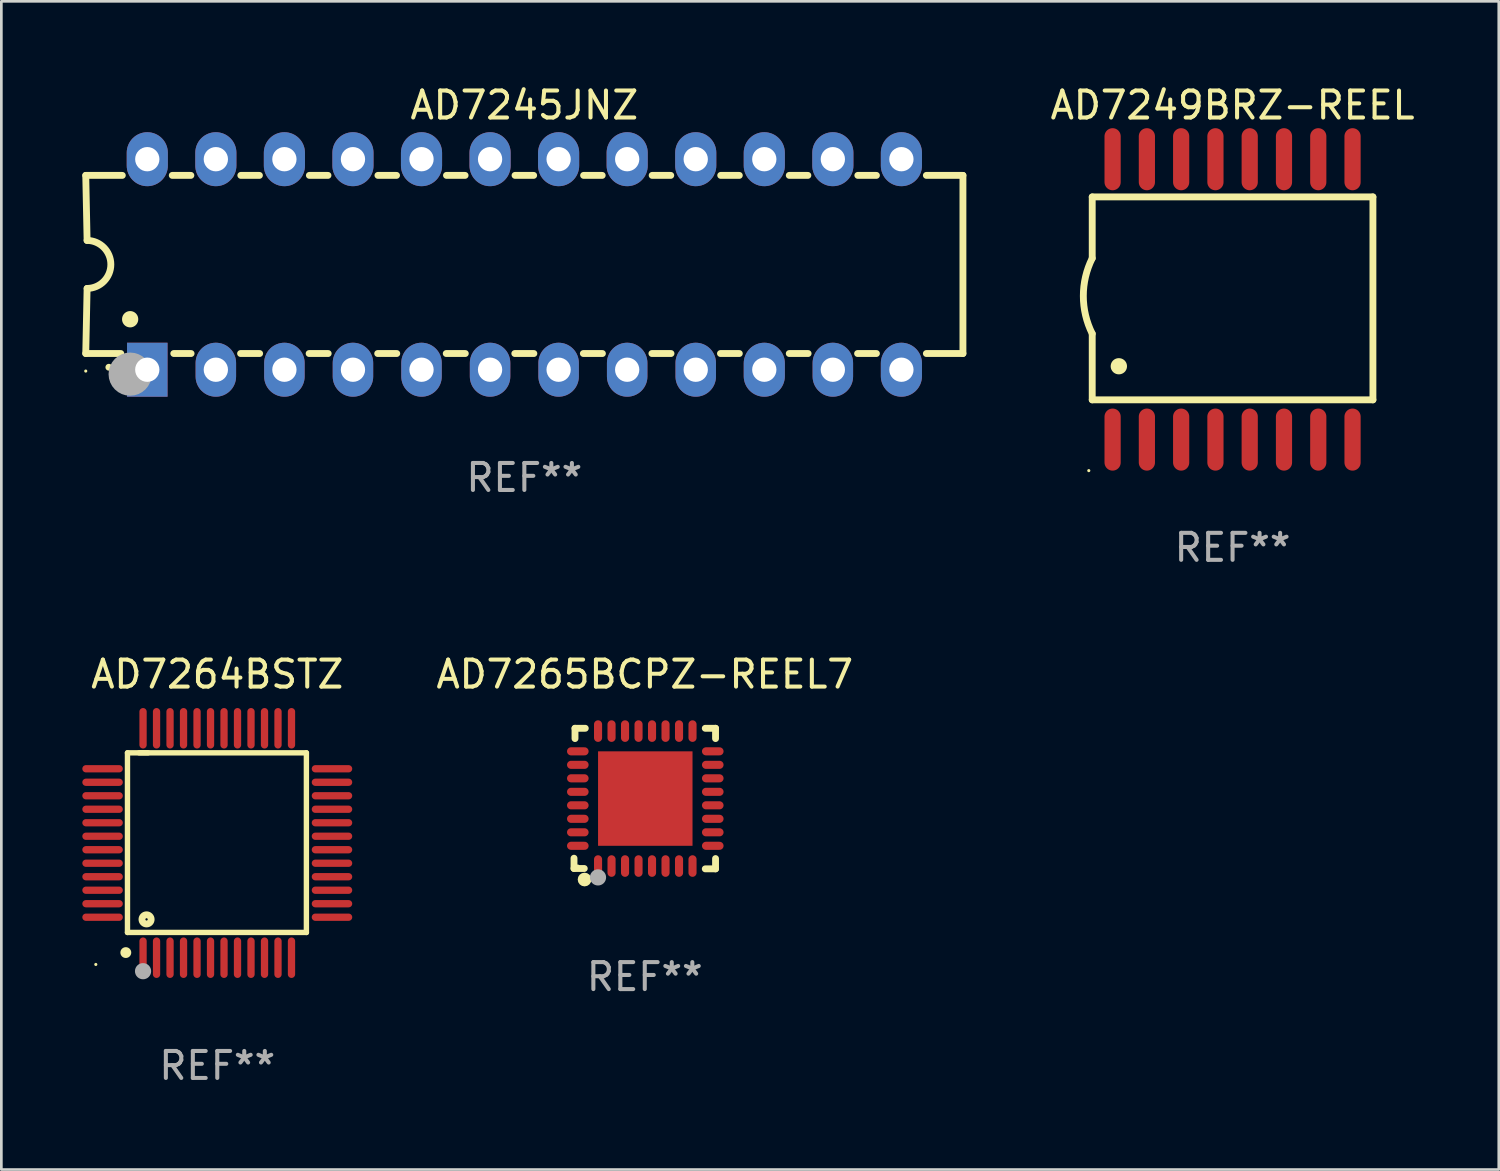
<source format=kicad_pcb>
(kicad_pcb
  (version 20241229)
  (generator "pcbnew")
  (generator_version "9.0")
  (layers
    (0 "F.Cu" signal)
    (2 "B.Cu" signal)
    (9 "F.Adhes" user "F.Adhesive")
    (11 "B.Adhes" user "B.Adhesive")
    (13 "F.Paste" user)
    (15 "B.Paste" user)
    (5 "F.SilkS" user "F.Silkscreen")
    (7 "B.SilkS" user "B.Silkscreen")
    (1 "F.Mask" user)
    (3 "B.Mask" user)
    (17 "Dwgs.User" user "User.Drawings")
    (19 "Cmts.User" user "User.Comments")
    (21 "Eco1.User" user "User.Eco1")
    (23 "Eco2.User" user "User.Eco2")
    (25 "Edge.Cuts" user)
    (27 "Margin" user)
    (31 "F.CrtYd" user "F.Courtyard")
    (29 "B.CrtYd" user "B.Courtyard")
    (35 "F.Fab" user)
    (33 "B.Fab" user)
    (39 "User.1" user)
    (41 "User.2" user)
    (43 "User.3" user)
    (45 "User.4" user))
  (footprint "AD7264BSTZ"
    (layer "F.Cu")
    (at 5 28.183)
    (property "Reference" "AD7264BSTZ" (at 0 -6.25 0) (layer "F.SilkS") (effects (font (size 1 1) (thickness 0.15))))
    (attr through_hole)
    (fp_line (start -3.327 -3.34) (end -2.565 -3.34) (stroke (width 0.2) (type solid)) (layer "F.SilkS"))
    (fp_line (start -3.327 3.315) (end -3.327 -3.34) (stroke (width 0.2) (type solid)) (layer "F.SilkS"))
    (fp_line (start -2.896 -3.34) (end 3.302 -3.34) (stroke (width 0.2) (type solid)) (layer "F.SilkS"))
    (fp_line (start 3.302 -3.34) (end 3.302 3.315) (stroke (width 0.2) (type solid)) (layer "F.SilkS"))
    (fp_line (start 3.302 3.315) (end -3.327 3.315) (stroke (width 0.2) (type solid)) (layer "F.SilkS"))
    (fp_arc (start -3.389992 4.059995) (mid -3.388722 4.059991) (end -3.387452 4.059995) (stroke (width 0.4) (type solid)) (layer "F.SilkS"))
    (fp_circle (center -4.5 4.5) (end -4.47 4.5) (stroke (width 0.06) (type solid)) (fill no) (layer "F.SilkS"))
    (fp_circle (center -2.62 2.83) (end -2.45 2.83) (stroke (width 0.254) (type solid)) (fill no) (layer "F.SilkS"))
    (fp_circle (center -2.75 4.75) (end -2.6 4.75) (stroke (width 0.3) (type solid)) (fill no) (layer "F.Fab"))
    (fp_text user "REF**" (at 0 8.25 0) (layer "F.Fab") (effects (font (size 1 1) (thickness 0.15))))
    (pad "1" smd oval (at -2.75 4.25) (size 0.27 1.5) (layers "F.Cu" "F.Mask" "F.Paste"))
    (pad "2" smd oval (at -2.25 4.25) (size 0.27 1.5) (layers "F.Cu" "F.Mask" "F.Paste"))
    (pad "3" smd oval (at -1.75 4.25) (size 0.27 1.5) (layers "F.Cu" "F.Mask" "F.Paste"))
    (pad "4" smd oval (at -1.25 4.25) (size 0.27 1.5) (layers "F.Cu" "F.Mask" "F.Paste"))
    (pad "5" smd oval (at -0.75 4.25) (size 0.27 1.5) (layers "F.Cu" "F.Mask" "F.Paste"))
    (pad "6" smd oval (at -0.25 4.25) (size 0.27 1.5) (layers "F.Cu" "F.Mask" "F.Paste"))
    (pad "7" smd oval (at 0.25 4.25) (size 0.27 1.5) (layers "F.Cu" "F.Mask" "F.Paste"))
    (pad "8" smd oval (at 0.75 4.25) (size 0.27 1.5) (layers "F.Cu" "F.Mask" "F.Paste"))
    (pad "9" smd oval (at 1.25 4.25) (size 0.27 1.5) (layers "F.Cu" "F.Mask" "F.Paste"))
    (pad "10" smd oval (at 1.75 4.25) (size 0.27 1.5) (layers "F.Cu" "F.Mask" "F.Paste"))
    (pad "11" smd oval (at 2.25 4.25) (size 0.27 1.5) (layers "F.Cu" "F.Mask" "F.Paste"))
    (pad "12" smd oval (at 2.75 4.25) (size 0.27 1.5) (layers "F.Cu" "F.Mask" "F.Paste"))
    (pad "13" smd oval (at 4.25 2.75) (size 1.5 0.27) (layers "F.Cu" "F.Mask" "F.Paste"))
    (pad "14" smd oval (at 4.25 2.25) (size 1.5 0.27) (layers "F.Cu" "F.Mask" "F.Paste"))
    (pad "15" smd oval (at 4.25 1.75) (size 1.5 0.27) (layers "F.Cu" "F.Mask" "F.Paste"))
    (pad "16" smd oval (at 4.25 1.25) (size 1.5 0.27) (layers "F.Cu" "F.Mask" "F.Paste"))
    (pad "17" smd oval (at 4.25 0.75) (size 1.5 0.27) (layers "F.Cu" "F.Mask" "F.Paste"))
    (pad "18" smd oval (at 4.25 0.25) (size 1.5 0.27) (layers "F.Cu" "F.Mask" "F.Paste"))
    (pad "19" smd oval (at 4.25 -0.25) (size 1.5 0.27) (layers "F.Cu" "F.Mask" "F.Paste"))
    (pad "20" smd oval (at 4.25 -0.75) (size 1.5 0.27) (layers "F.Cu" "F.Mask" "F.Paste"))
    (pad "21" smd oval (at 4.25 -1.25) (size 1.5 0.27) (layers "F.Cu" "F.Mask" "F.Paste"))
    (pad "22" smd oval (at 4.25 -1.75) (size 1.5 0.27) (layers "F.Cu" "F.Mask" "F.Paste"))
    (pad "23" smd oval (at 4.25 -2.25) (size 1.5 0.27) (layers "F.Cu" "F.Mask" "F.Paste"))
    (pad "24" smd oval (at 4.25 -2.75) (size 1.5 0.27) (layers "F.Cu" "F.Mask" "F.Paste"))
    (pad "25" smd oval (at 2.75 -4.25) (size 0.27 1.5) (layers "F.Cu" "F.Mask" "F.Paste"))
    (pad "26" smd oval (at 2.25 -4.25) (size 0.27 1.5) (layers "F.Cu" "F.Mask" "F.Paste"))
    (pad "27" smd oval (at 1.75 -4.25) (size 0.27 1.5) (layers "F.Cu" "F.Mask" "F.Paste"))
    (pad "28" smd oval (at 1.25 -4.25) (size 0.27 1.5) (layers "F.Cu" "F.Mask" "F.Paste"))
    (pad "29" smd oval (at 0.75 -4.25) (size 0.27 1.5) (layers "F.Cu" "F.Mask" "F.Paste"))
    (pad "30" smd oval (at 0.25 -4.25) (size 0.27 1.5) (layers "F.Cu" "F.Mask" "F.Paste"))
    (pad "31" smd oval (at -0.25 -4.25) (size 0.27 1.5) (layers "F.Cu" "F.Mask" "F.Paste"))
    (pad "32" smd oval (at -0.75 -4.25) (size 0.27 1.5) (layers "F.Cu" "F.Mask" "F.Paste"))
    (pad "33" smd oval (at -1.25 -4.25) (size 0.27 1.5) (layers "F.Cu" "F.Mask" "F.Paste"))
    (pad "34" smd oval (at -1.75 -4.25) (size 0.27 1.5) (layers "F.Cu" "F.Mask" "F.Paste"))
    (pad "35" smd oval (at -2.25 -4.25) (size 0.27 1.5) (layers "F.Cu" "F.Mask" "F.Paste"))
    (pad "36" smd oval (at -2.75 -4.25) (size 0.27 1.5) (layers "F.Cu" "F.Mask" "F.Paste"))
    (pad "37" smd oval (at -4.25 -2.75) (size 1.5 0.27) (layers "F.Cu" "F.Mask" "F.Paste"))
    (pad "38" smd oval (at -4.25 -2.25) (size 1.5 0.27) (layers "F.Cu" "F.Mask" "F.Paste"))
    (pad "39" smd oval (at -4.25 -1.75) (size 1.5 0.27) (layers "F.Cu" "F.Mask" "F.Paste"))
    (pad "40" smd oval (at -4.25 -1.25) (size 1.5 0.27) (layers "F.Cu" "F.Mask" "F.Paste"))
    (pad "41" smd oval (at -4.25 -0.75) (size 1.5 0.27) (layers "F.Cu" "F.Mask" "F.Paste"))
    (pad "42" smd oval (at -4.25 -0.25) (size 1.5 0.27) (layers "F.Cu" "F.Mask" "F.Paste"))
    (pad "43" smd oval (at -4.25 0.25) (size 1.5 0.27) (layers "F.Cu" "F.Mask" "F.Paste"))
    (pad "44" smd oval (at -4.25 0.75) (size 1.5 0.27) (layers "F.Cu" "F.Mask" "F.Paste"))
    (pad "45" smd oval (at -4.25 1.25) (size 1.5 0.27) (layers "F.Cu" "F.Mask" "F.Paste"))
    (pad "46" smd oval (at -4.25 1.75) (size 1.5 0.27) (layers "F.Cu" "F.Mask" "F.Paste"))
    (pad "47" smd oval (at -4.25 2.25) (size 1.5 0.27) (layers "F.Cu" "F.Mask" "F.Paste"))
    (pad "48" smd oval (at -4.25 2.75) (size 1.5 0.27) (layers "F.Cu" "F.Mask" "F.Paste")))
  (footprint "AD7249BRZ-REEL"
    (layer "F.Cu")
    (at 42.617 8.043)
    (property "Reference" "AD7249BRZ-REEL" (at 0 -7.194 0) (layer "F.SilkS") (effects (font (size 1 1) (thickness 0.15))))
    (attr through_hole)
    (fp_line (start -5.2 -3.797) (end -5.2 -1.524) (stroke (width 0.254) (type solid)) (layer "F.SilkS"))
    (fp_line (start -5.2 3.721) (end -5.2 1.27) (stroke (width 0.254) (type solid)) (layer "F.SilkS"))
    (fp_line (start -5.2 3.721) (end 5.2 3.721) (stroke (width 0.254) (type solid)) (layer "F.SilkS"))
    (fp_line (start 5.2 -3.797) (end -5.2 -3.797) (stroke (width 0.254) (type solid)) (layer "F.SilkS"))
    (fp_line (start 5.2 3.721) (end 5.2 -3.797) (stroke (width 0.254) (type solid)) (layer "F.SilkS"))
    (fp_arc (start -5.19939 1.270003) (mid -5.529386 -0.126928) (end -5.2 -1.524003) (stroke (width 0.254001) (type solid)) (layer "F.SilkS"))
    (fp_arc (start -4.216408 2.476505) (mid -4.213868 2.476494) (end -4.211328 2.476505) (stroke (width 0.6) (type solid)) (layer "F.SilkS"))
    (fp_circle (center -5.327 6.344) (end -5.297 6.344) (stroke (width 0.06) (type solid)) (fill no) (layer "F.SilkS"))
    (fp_text user "REF**" (at 0 9.194 0) (layer "F.Fab") (effects (font (size 1 1) (thickness 0.15))))
    (pad "1" smd oval (at -4.445 5.194 180) (size 0.6 2.3) (layers "F.Cu" "F.Mask" "F.Paste"))
    (pad "2" smd oval (at -3.175 5.194 180) (size 0.6 2.3) (layers "F.Cu" "F.Mask" "F.Paste"))
    (pad "3" smd oval (at -1.905 5.194 180) (size 0.6 2.3) (layers "F.Cu" "F.Mask" "F.Paste"))
    (pad "4" smd oval (at -0.635 5.194 180) (size 0.6 2.3) (layers "F.Cu" "F.Mask" "F.Paste"))
    (pad "5" smd oval (at 0.635 5.194 180) (size 0.6 2.3) (layers "F.Cu" "F.Mask" "F.Paste"))
    (pad "6" smd oval (at 1.905 5.194 180) (size 0.6 2.3) (layers "F.Cu" "F.Mask" "F.Paste"))
    (pad "7" smd oval (at 3.175 5.194 180) (size 0.6 2.3) (layers "F.Cu" "F.Mask" "F.Paste"))
    (pad "8" smd oval (at 4.445 5.194 180) (size 0.6 2.3) (layers "F.Cu" "F.Mask" "F.Paste"))
    (pad "9" smd oval (at 4.445 -5.194 180) (size 0.6 2.3) (layers "F.Cu" "F.Mask" "F.Paste"))
    (pad "10" smd oval (at 3.175 -5.194 180) (size 0.6 2.3) (layers "F.Cu" "F.Mask" "F.Paste"))
    (pad "11" smd oval (at 1.905 -5.194 180) (size 0.6 2.3) (layers "F.Cu" "F.Mask" "F.Paste"))
    (pad "12" smd oval (at 0.635 -5.194 180) (size 0.6 2.3) (layers "F.Cu" "F.Mask" "F.Paste"))
    (pad "13" smd oval (at -0.635 -5.194 180) (size 0.6 2.3) (layers "F.Cu" "F.Mask" "F.Paste"))
    (pad "14" smd oval (at -1.905 -5.194 180) (size 0.6 2.3) (layers "F.Cu" "F.Mask" "F.Paste"))
    (pad "15" smd oval (at -3.175 -5.194 180) (size 0.6 2.3) (layers "F.Cu" "F.Mask" "F.Paste"))
    (pad "16" smd oval (at -4.445 -5.194 180) (size 0.6 2.3) (layers "F.Cu" "F.Mask" "F.Paste")))
  (footprint "AD7265BCPZ-REEL7"
    (layer "F.Cu")
    (at 20.839 26.537)
    (property "Reference" "AD7265BCPZ-REEL7" (at 0 -4.604 0) (layer "F.SilkS") (effects (font (size 1 1) (thickness 0.15))))
    (attr through_hole)
    (fp_line (start -2.622 2.21) (end -2.622 2.591) (stroke (width 0.254) (type solid)) (layer "F.SilkS"))
    (fp_line (start -2.622 2.591) (end -2.241 2.591) (stroke (width 0.254) (type solid)) (layer "F.SilkS"))
    (fp_line (start -2.585 -2.604) (end -2.585 -2.223) (stroke (width 0.254) (type solid)) (layer "F.SilkS"))
    (fp_line (start -2.204 -2.604) (end -2.585 -2.604) (stroke (width 0.254) (type solid)) (layer "F.SilkS"))
    (fp_line (start 2.241 2.604) (end 2.622 2.604) (stroke (width 0.254) (type solid)) (layer "F.SilkS"))
    (fp_line (start 2.622 -2.604) (end 2.241 -2.604) (stroke (width 0.254) (type solid)) (layer "F.SilkS"))
    (fp_line (start 2.622 -2.223) (end 2.622 -2.604) (stroke (width 0.254) (type solid)) (layer "F.SilkS"))
    (fp_line (start 2.622 2.604) (end 2.622 2.223) (stroke (width 0.254) (type solid)) (layer "F.SilkS"))
    (fp_circle (center -2.481 2.5) (end -2.451 2.5) (stroke (width 0.06) (type solid)) (fill no) (layer "F.SilkS"))
    (fp_circle (center -2.231 3) (end -2.104 3) (stroke (width 0.254) (type solid)) (fill no) (layer "F.SilkS"))
    (fp_circle (center -1.733 2.921) (end -1.583 2.921) (stroke (width 0.3) (type solid)) (fill no) (layer "F.Fab"))
    (fp_text user "REF**" (at 0 6.604 0) (layer "F.Fab") (effects (font (size 1 1) (thickness 0.15))))
    (pad "1" smd oval (at -1.731 2.5 90) (size 0.8 0.3) (layers "F.Cu" "F.Mask" "F.Paste"))
    (pad "2" smd oval (at -1.231 2.5 90) (size 0.8 0.3) (layers "F.Cu" "F.Mask" "F.Paste"))
    (pad "3" smd oval (at -0.731 2.5 90) (size 0.8 0.3) (layers "F.Cu" "F.Mask" "F.Paste"))
    (pad "4" smd oval (at -0.231 2.5 90) (size 0.8 0.3) (layers "F.Cu" "F.Mask" "F.Paste"))
    (pad "5" smd oval (at 0.269 2.5 90) (size 0.8 0.3) (layers "F.Cu" "F.Mask" "F.Paste"))
    (pad "6" smd oval (at 0.769 2.5 90) (size 0.8 0.3) (layers "F.Cu" "F.Mask" "F.Paste"))
    (pad "7" smd oval (at 1.269 2.5 90) (size 0.8 0.3) (layers "F.Cu" "F.Mask" "F.Paste"))
    (pad "8" smd oval (at 1.769 2.5 90) (size 0.8 0.3) (layers "F.Cu" "F.Mask" "F.Paste"))
    (pad "9" smd oval (at 2.519 1.75 180) (size 0.8 0.3) (layers "F.Cu" "F.Mask" "F.Paste"))
    (pad "10" smd oval (at 2.519 1.25 180) (size 0.8 0.3) (layers "F.Cu" "F.Mask" "F.Paste"))
    (pad "11" smd oval (at 2.519 0.75 180) (size 0.8 0.3) (layers "F.Cu" "F.Mask" "F.Paste"))
    (pad "12" smd oval (at 2.519 0.25 180) (size 0.8 0.3) (layers "F.Cu" "F.Mask" "F.Paste"))
    (pad "13" smd oval (at 2.519 -0.25 180) (size 0.8 0.3) (layers "F.Cu" "F.Mask" "F.Paste"))
    (pad "14" smd oval (at 2.519 -0.75 180) (size 0.8 0.3) (layers "F.Cu" "F.Mask" "F.Paste"))
    (pad "15" smd oval (at 2.519 -1.25 180) (size 0.8 0.3) (layers "F.Cu" "F.Mask" "F.Paste"))
    (pad "16" smd oval (at 2.519 -1.75 180) (size 0.8 0.3) (layers "F.Cu" "F.Mask" "F.Paste"))
    (pad "17" smd oval (at 1.769 -2.5 270) (size 0.8 0.3) (layers "F.Cu" "F.Mask" "F.Paste"))
    (pad "18" smd oval (at 1.269 -2.5 270) (size 0.8 0.3) (layers "F.Cu" "F.Mask" "F.Paste"))
    (pad "19" smd oval (at 0.769 -2.5 270) (size 0.8 0.3) (layers "F.Cu" "F.Mask" "F.Paste"))
    (pad "20" smd oval (at 0.269 -2.5 270) (size 0.8 0.3) (layers "F.Cu" "F.Mask" "F.Paste"))
    (pad "21" smd oval (at -0.231 -2.5 270) (size 0.8 0.3) (layers "F.Cu" "F.Mask" "F.Paste"))
    (pad "22" smd oval (at -0.731 -2.5 270) (size 0.8 0.3) (layers "F.Cu" "F.Mask" "F.Paste"))
    (pad "23" smd oval (at -1.231 -2.5 270) (size 0.8 0.3) (layers "F.Cu" "F.Mask" "F.Paste"))
    (pad "24" smd oval (at -1.731 -2.5 270) (size 0.8 0.3) (layers "F.Cu" "F.Mask" "F.Paste"))
    (pad "25" smd oval (at -2.481 -1.75) (size 0.8 0.3) (layers "F.Cu" "F.Mask" "F.Paste"))
    (pad "26" smd oval (at -2.481 -1.25) (size 0.8 0.3) (layers "F.Cu" "F.Mask" "F.Paste"))
    (pad "27" smd oval (at -2.481 -0.75) (size 0.8 0.3) (layers "F.Cu" "F.Mask" "F.Paste"))
    (pad "28" smd oval (at -2.481 -0.25) (size 0.8 0.3) (layers "F.Cu" "F.Mask" "F.Paste"))
    (pad "29" smd oval (at -2.481 0.25) (size 0.8 0.3) (layers "F.Cu" "F.Mask" "F.Paste"))
    (pad "30" smd oval (at -2.481 0.75) (size 0.8 0.3) (layers "F.Cu" "F.Mask" "F.Paste"))
    (pad "31" smd oval (at -2.481 1.25) (size 0.8 0.3) (layers "F.Cu" "F.Mask" "F.Paste"))
    (pad "32" smd oval (at -2.481 1.75) (size 0.8 0.3) (layers "F.Cu" "F.Mask" "F.Paste"))
    (pad "33" smd rect (at 0.019 -0.000025 90) (size 3.5 3.5) (layers "F.Cu" "F.Mask" "F.Paste")))
  (footprint "AD7245JNZ"
    (layer "F.Cu")
    (at 16.377 6.748)
    (property "Reference" "AD7245JNZ" (at 0 -5.9 0) (layer "F.SilkS") (effects (font (size 1 1) (thickness 0.15))))
    (attr through_hole)
    (fp_line (start -16.25 -3.3) (end -16.2 -0.889) (stroke (width 0.254) (type solid)) (layer "F.SilkS"))
    (fp_line (start -16.25 -3.3) (end -14.895 -3.3) (stroke (width 0.254) (type solid)) (layer "F.SilkS"))
    (fp_line (start -16.25 3.3) (end -16.2 0.889) (stroke (width 0.254) (type solid)) (layer "F.SilkS"))
    (fp_line (start -16.25 3.3) (end -14.951 3.3) (stroke (width 0.254) (type solid)) (layer "F.SilkS"))
    (fp_line (start -13.045 -3.3) (end -12.355 -3.3) (stroke (width 0.254) (type solid)) (layer "F.SilkS"))
    (fp_line (start -12.989 3.3) (end -12.347 3.3) (stroke (width 0.254) (type solid)) (layer "F.SilkS"))
    (fp_line (start -10.514 3.3) (end -9.807 3.3) (stroke (width 0.254) (type solid)) (layer "F.SilkS"))
    (fp_line (start -10.505 -3.3) (end -9.815 -3.3) (stroke (width 0.254) (type solid)) (layer "F.SilkS"))
    (fp_line (start -7.974 3.3) (end -7.267 3.3) (stroke (width 0.254) (type solid)) (layer "F.SilkS"))
    (fp_line (start -7.965 -3.3) (end -7.275 -3.3) (stroke (width 0.254) (type solid)) (layer "F.SilkS"))
    (fp_line (start -5.434 3.3) (end -4.727 3.3) (stroke (width 0.254) (type solid)) (layer "F.SilkS"))
    (fp_line (start -5.425 -3.3) (end -4.735 -3.3) (stroke (width 0.254) (type solid)) (layer "F.SilkS"))
    (fp_line (start -2.894 3.3) (end -2.187 3.3) (stroke (width 0.254) (type solid)) (layer "F.SilkS"))
    (fp_line (start -2.885 -3.3) (end -2.195 -3.3) (stroke (width 0.254) (type solid)) (layer "F.SilkS"))
    (fp_line (start -0.354 3.3) (end 0.353 3.3) (stroke (width 0.254) (type solid)) (layer "F.SilkS"))
    (fp_line (start -0.345 -3.3) (end 0.345 -3.3) (stroke (width 0.254) (type solid)) (layer "F.SilkS"))
    (fp_line (start 2.186 3.3) (end 2.893 3.3) (stroke (width 0.254) (type solid)) (layer "F.SilkS"))
    (fp_line (start 2.195 -3.3) (end 2.885 -3.3) (stroke (width 0.254) (type solid)) (layer "F.SilkS"))
    (fp_line (start 4.726 3.3) (end 5.434 3.3) (stroke (width 0.254) (type solid)) (layer "F.SilkS"))
    (fp_line (start 4.735 -3.3) (end 5.425 -3.3) (stroke (width 0.254) (type solid)) (layer "F.SilkS"))
    (fp_line (start 7.266 3.3) (end 7.965 3.3) (stroke (width 0.254) (type solid)) (layer "F.SilkS"))
    (fp_line (start 7.275 -3.3) (end 7.965 -3.3) (stroke (width 0.254) (type solid)) (layer "F.SilkS"))
    (fp_line (start 9.815 -3.3) (end 10.505 -3.3) (stroke (width 0.254) (type solid)) (layer "F.SilkS"))
    (fp_line (start 9.815 3.3) (end 10.514 3.3) (stroke (width 0.254) (type solid)) (layer "F.SilkS"))
    (fp_line (start 12.346 3.3) (end 13.045 3.3) (stroke (width 0.254) (type solid)) (layer "F.SilkS"))
    (fp_line (start 12.355 -3.3) (end 13.045 -3.3) (stroke (width 0.254) (type solid)) (layer "F.SilkS"))
    (fp_line (start 16.25 -3.3) (end 14.895 -3.3) (stroke (width 0.254) (type solid)) (layer "F.SilkS"))
    (fp_line (start 16.25 -3.3) (end 16.25 3.3) (stroke (width 0.254) (type solid)) (layer "F.SilkS"))
    (fp_line (start 16.25 3.3) (end 14.895 3.3) (stroke (width 0.254) (type solid)) (layer "F.SilkS"))
    (fp_arc (start -16.201016 -0.890146) (mid -15.311429 -0.001055) (end -16.200025 0.889027) (stroke (width 0.254001) (type solid)) (layer "F.SilkS"))
    (fp_arc (start -15.394971 3.810033) (mid -15.394978 3.808763) (end -15.394971 3.807493) (stroke (width 0.25) (type solid)) (layer "F.SilkS"))
    (fp_arc (start -14.605029 2.032029) (mid -14.60504 2.029489) (end -14.605029 2.026949) (stroke (width 0.6) (type solid)) (layer "F.SilkS"))
    (fp_circle (center -16.25 3.95) (end -16.22 3.95) (stroke (width 0.06) (type solid)) (fill no) (layer "F.SilkS"))
    (fp_circle (center -14.605 4.064) (end -14.205 4.064) (stroke (width 0.8) (type solid)) (fill no) (layer "F.Fab"))
    (fp_text user "REF**" (at 0 7.9 0) (layer "F.Fab") (effects (font (size 1 1) (thickness 0.15))))
    (pad "1" thru_hole rect (at -13.97 3.9 90) (size 2 1.5) (drill 0.9) (layers "*.Cu" "*.Mask"))
    (pad "2" thru_hole oval (at -11.43 3.9 90) (size 2 1.5) (drill 0.9) (layers "*.Cu" "*.Mask"))
    (pad "3" thru_hole oval (at -8.89 3.9 90) (size 2 1.5) (drill 0.9) (layers "*.Cu" "*.Mask"))
    (pad "4" thru_hole oval (at -6.35 3.9 90) (size 2 1.5) (drill 0.9) (layers "*.Cu" "*.Mask"))
    (pad "5" thru_hole oval (at -3.81 3.9 90) (size 2 1.5) (drill 0.9) (layers "*.Cu" "*.Mask"))
    (pad "6" thru_hole oval (at -1.27 3.9 90) (size 2 1.5) (drill 0.9) (layers "*.Cu" "*.Mask"))
    (pad "7" thru_hole oval (at 1.27 3.9 90) (size 2 1.5) (drill 0.9) (layers "*.Cu" "*.Mask"))
    (pad "8" thru_hole oval (at 3.81 3.9 90) (size 2 1.5) (drill 0.9) (layers "*.Cu" "*.Mask"))
    (pad "9" thru_hole oval (at 6.35 3.9 90) (size 2 1.5) (drill 0.9) (layers "*.Cu" "*.Mask"))
    (pad "10" thru_hole oval (at 8.89 3.9 90) (size 2 1.524) (drill 0.9) (layers "*.Cu" "*.Mask"))
    (pad "11" thru_hole oval (at 11.43 3.9 90) (size 2 1.5) (drill 0.9) (layers "*.Cu" "*.Mask"))
    (pad "12" thru_hole oval (at 13.97 3.9 90) (size 2 1.524) (drill 0.9) (layers "*.Cu" "*.Mask"))
    (pad "13" thru_hole oval (at 13.97 -3.9 90) (size 2 1.524) (drill 0.9) (layers "*.Cu" "*.Mask"))
    (pad "14" thru_hole oval (at 11.43 -3.9 90) (size 2 1.524) (drill 0.9) (layers "*.Cu" "*.Mask"))
    (pad "15" thru_hole oval (at 8.89 -3.9 90) (size 2 1.524) (drill 0.9) (layers "*.Cu" "*.Mask"))
    (pad "16" thru_hole oval (at 6.35 -3.9 90) (size 2 1.524) (drill 0.9) (layers "*.Cu" "*.Mask"))
    (pad "17" thru_hole oval (at 3.81 -3.9 90) (size 2 1.524) (drill 0.9) (layers "*.Cu" "*.Mask"))
    (pad "18" thru_hole oval (at 1.27 -3.9 90) (size 2 1.524) (drill 0.9) (layers "*.Cu" "*.Mask"))
    (pad "19" thru_hole oval (at -1.27 -3.9 90) (size 2 1.524) (drill 0.9) (layers "*.Cu" "*.Mask"))
    (pad "20" thru_hole oval (at -3.81 -3.9 90) (size 2 1.524) (drill 0.9) (layers "*.Cu" "*.Mask"))
    (pad "21" thru_hole oval (at -6.35 -3.9 90) (size 2 1.524) (drill 0.9) (layers "*.Cu" "*.Mask"))
    (pad "22" thru_hole oval (at -8.89 -3.9 90) (size 2 1.524) (drill 0.9) (layers "*.Cu" "*.Mask"))
    (pad "23" thru_hole oval (at -11.43 -3.9 90) (size 2 1.524) (drill 0.9) (layers "*.Cu" "*.Mask"))
    (pad "24" thru_hole oval (at -13.97 -3.9 90) (size 2 1.524) (drill 0.9) (layers "*.Cu" "*.Mask")))
  (gr_rect
    (start -3 -3)
    (end 52.48 40.281)
    (stroke (width 0.1) (type default))
    (fill no)
    (layer "Edge.Cuts")))
</source>
